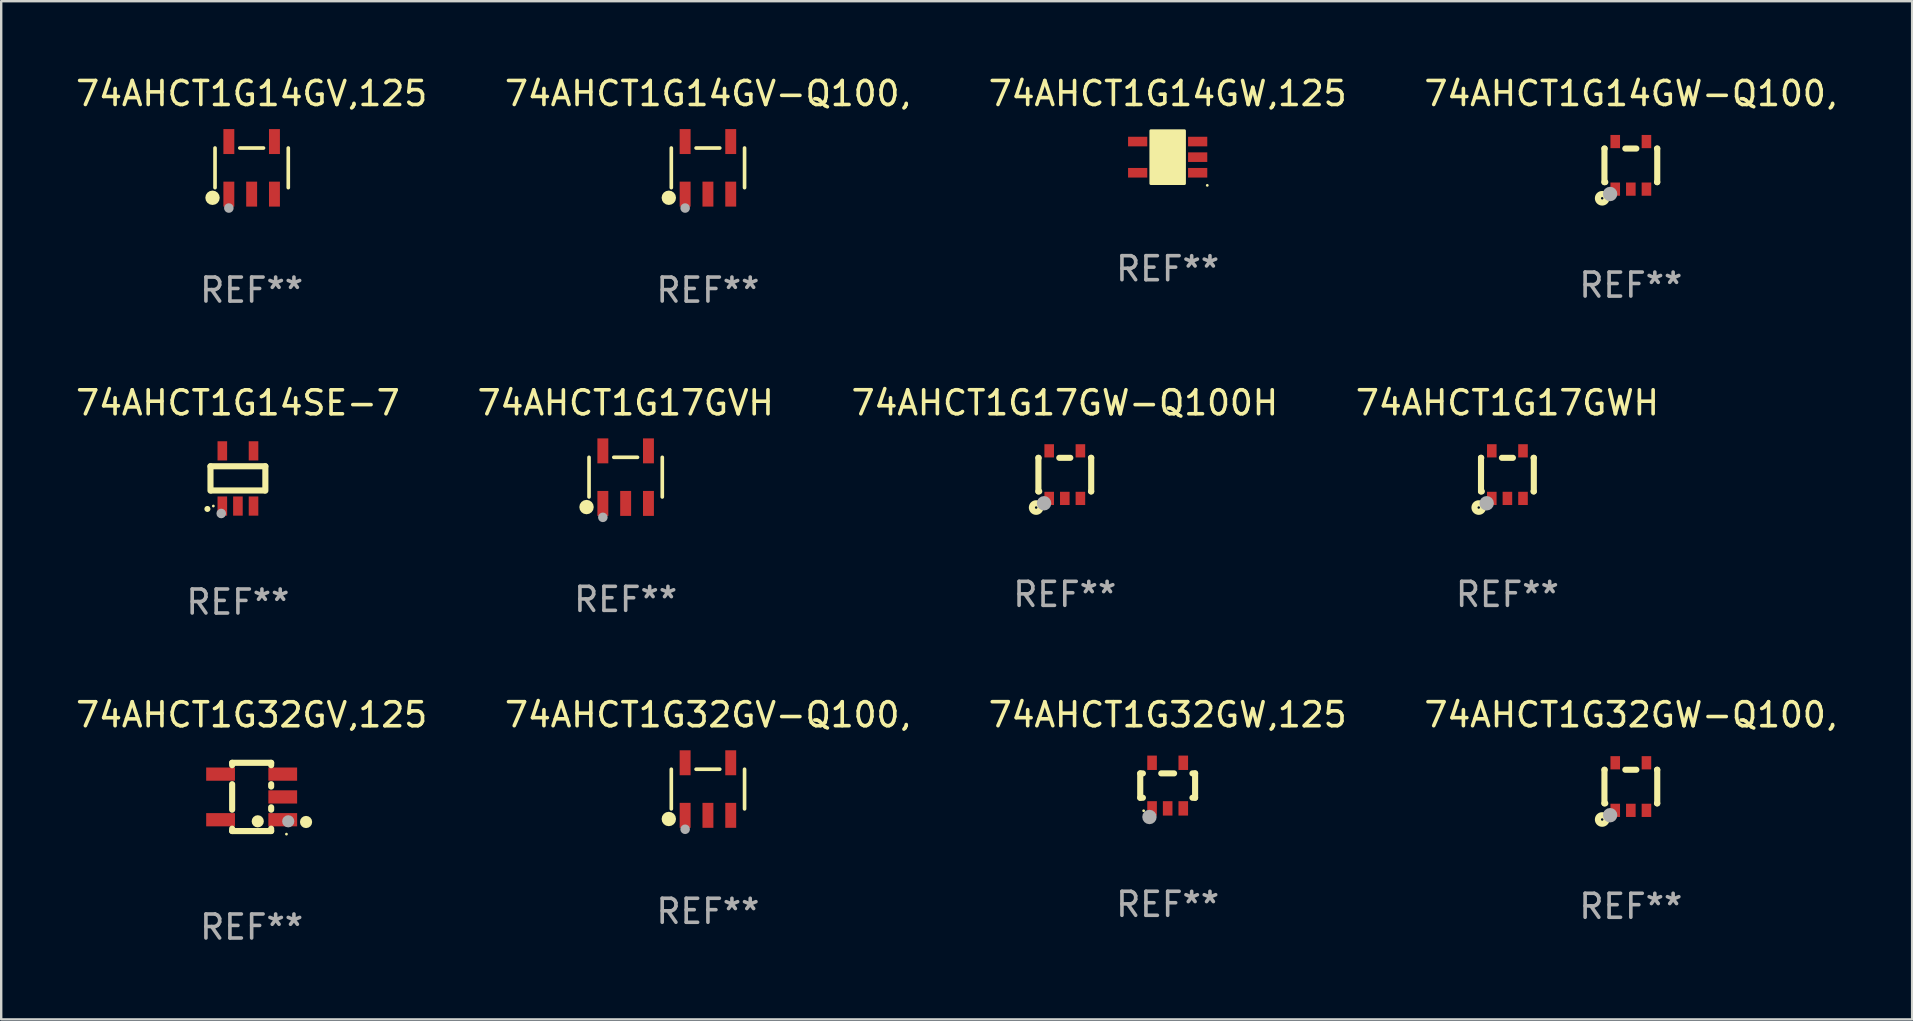
<source format=kicad_pcb>
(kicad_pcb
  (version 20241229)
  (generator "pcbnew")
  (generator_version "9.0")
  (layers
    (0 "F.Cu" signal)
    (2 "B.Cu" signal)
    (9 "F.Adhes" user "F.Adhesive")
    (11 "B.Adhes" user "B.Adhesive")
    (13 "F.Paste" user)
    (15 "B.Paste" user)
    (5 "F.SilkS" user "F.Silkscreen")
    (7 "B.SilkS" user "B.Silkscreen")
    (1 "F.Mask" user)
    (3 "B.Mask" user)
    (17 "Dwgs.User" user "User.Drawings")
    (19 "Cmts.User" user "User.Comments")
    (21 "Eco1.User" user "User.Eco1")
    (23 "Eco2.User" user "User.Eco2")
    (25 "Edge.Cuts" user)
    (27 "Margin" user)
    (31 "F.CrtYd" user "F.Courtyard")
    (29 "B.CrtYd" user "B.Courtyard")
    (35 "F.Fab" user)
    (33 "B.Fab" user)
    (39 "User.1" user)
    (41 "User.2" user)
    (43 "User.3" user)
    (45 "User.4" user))
  (footprint "74AHCT1G32GW,125"
    (layer "F.Cu")
    (at 45.601 29.681)
    (property "Reference" "74AHCT1G32GW,125" (at 0 -2.95 0) (layer "F.SilkS") (effects (font (size 1 1) (thickness 0.15))))
    (attr through_hole)
    (fp_line (start -1.143 -0.508) (end -1.032 -0.508) (stroke (width 0.254) (type solid)) (layer "F.SilkS"))
    (fp_line (start -1.143 0.508) (end -1.143 -0.508) (stroke (width 0.254) (type solid)) (layer "F.SilkS"))
    (fp_line (start -1.032 0.508) (end -1.143 0.508) (stroke (width 0.254) (type solid)) (layer "F.SilkS"))
    (fp_line (start -0.268 -0.508) (end 0.268 -0.508) (stroke (width 0.254) (type solid)) (layer "F.SilkS"))
    (fp_line (start 1.032 -0.508) (end 1.143 -0.508) (stroke (width 0.254) (type solid)) (layer "F.SilkS"))
    (fp_line (start 1.143 -0.508) (end 1.143 0.508) (stroke (width 0.254) (type solid)) (layer "F.SilkS"))
    (fp_line (start 1.143 0.508) (end 1.032 0.508) (stroke (width 0.254) (type solid)) (layer "F.SilkS"))
    (fp_circle (center -1 1.05) (end -0.97 1.05) (stroke (width 0.06) (type solid)) (fill no) (layer "F.SilkS"))
    (fp_circle (center -0.759 1.309) (end -0.609 1.309) (stroke (width 0.3) (type solid)) (fill no) (layer "F.Fab"))
    (fp_text user "REF**" (at 0 4.95 0) (layer "F.Fab") (effects (font (size 1 1) (thickness 0.15))))
    (pad "1" smd rect (at -0.65 0.95 180) (size 0.4 0.6) (layers "F.Cu" "F.Mask" "F.Paste"))
    (pad "2" smd rect (at 0 0.95 180) (size 0.4 0.6) (layers "F.Cu" "F.Mask" "F.Paste"))
    (pad "3" smd rect (at 0.65 0.95 180) (size 0.4 0.6) (layers "F.Cu" "F.Mask" "F.Paste"))
    (pad "4" smd rect (at 0.65 -0.95 180) (size 0.4 0.6) (layers "F.Cu" "F.Mask" "F.Paste"))
    (pad "5" smd rect (at -0.65 -0.95 180) (size 0.4 0.6) (layers "F.Cu" "F.Mask" "F.Paste")))
  (footprint "74AHCT1G32GW-Q100,"
    (layer "F.Cu")
    (at 64.899 29.722)
    (property "Reference" "74AHCT1G32GW-Q100," (at 0 -2.991 0) (layer "F.SilkS") (effects (font (size 1 1) (thickness 0.15))))
    (attr through_hole)
    (fp_line (start -1.1 -0.7) (end -1.1 0.7) (stroke (width 0.254) (type solid)) (layer "F.SilkS"))
    (fp_line (start -1.1 -0.7) (end -1.09 -0.7) (stroke (width 0.254) (type solid)) (layer "F.SilkS"))
    (fp_line (start -1.1 0.7) (end -1.065 0.7) (stroke (width 0.254) (type solid)) (layer "F.SilkS"))
    (fp_line (start -0.23 -0.7) (end 0.23 -0.7) (stroke (width 0.254) (type solid)) (layer "F.SilkS"))
    (fp_line (start 1.09 -0.7) (end 1.1 -0.7) (stroke (width 0.254) (type solid)) (layer "F.SilkS"))
    (fp_line (start 1.09 0.7) (end 1.1 0.7) (stroke (width 0.254) (type solid)) (layer "F.SilkS"))
    (fp_line (start 1.1 -0.7) (end 1.1 0.7) (stroke (width 0.254) (type solid)) (layer "F.SilkS"))
    (fp_circle (center -1.194 1.372) (end -1.143 1.372) (stroke (width 0.254) (type solid)) (fill no) (layer "F.SilkS"))
    (fp_circle (center -1.05 1.063) (end -1.02 1.063) (stroke (width 0.06) (type solid)) (fill no) (layer "F.SilkS"))
    (fp_circle (center -0.864 1.194) (end -0.713 1.194) (stroke (width 0.3) (type solid)) (fill no) (layer "F.Fab"))
    (fp_text user "REF**" (at 0 4.991 0) (layer "F.Fab") (effects (font (size 1 1) (thickness 0.15))))
    (pad "1" smd rect (at -0.65 0.991 180) (size 0.399 0.551) (layers "F.Cu" "F.Mask" "F.Paste"))
    (pad "2" smd rect (at 0 0.991 180) (size 0.399 0.551) (layers "F.Cu" "F.Mask" "F.Paste"))
    (pad "3" smd rect (at 0.65 0.991 180) (size 0.399 0.551) (layers "F.Cu" "F.Mask" "F.Paste"))
    (pad "4" smd rect (at 0.65 -0.991 180) (size 0.399 0.551) (layers "F.Cu" "F.Mask" "F.Paste"))
    (pad "5" smd rect (at -0.65 -0.991 180) (size 0.399 0.551) (layers "F.Cu" "F.Mask" "F.Paste")))
  (footprint "74AHCT1G32GV,125"
    (layer "F.Cu")
    (at 7.435 30.154)
    (property "Reference" "74AHCT1G32GV,125" (at 0 -3.422 0) (layer "F.SilkS") (effects (font (size 1 1) (thickness 0.15))))
    (attr through_hole)
    (fp_line (start -0.813 -1.422) (end 0.813 -1.422) (stroke (width 0.254) (type solid)) (layer "F.SilkS"))
    (fp_line (start -0.813 -1.321) (end -0.813 -1.422) (stroke (width 0.254) (type solid)) (layer "F.SilkS"))
    (fp_line (start -0.813 0.533) (end -0.813 -0.533) (stroke (width 0.254) (type solid)) (layer "F.SilkS"))
    (fp_line (start -0.813 1.422) (end -0.813 1.321) (stroke (width 0.254) (type solid)) (layer "F.SilkS"))
    (fp_line (start 0.813 -1.422) (end 0.813 -1.321) (stroke (width 0.254) (type solid)) (layer "F.SilkS"))
    (fp_line (start 0.813 -0.533) (end 0.813 -0.432) (stroke (width 0.254) (type solid)) (layer "F.SilkS"))
    (fp_line (start 0.813 0.432) (end 0.813 0.533) (stroke (width 0.254) (type solid)) (layer "F.SilkS"))
    (fp_line (start 0.813 1.321) (end 0.813 1.422) (stroke (width 0.254) (type solid)) (layer "F.SilkS"))
    (fp_line (start 0.813 1.422) (end -0.813 1.422) (stroke (width 0.254) (type solid)) (layer "F.SilkS"))
    (fp_circle (center 0.254 1.016) (end 0.381 1.016) (stroke (width 0.254) (type solid)) (fill no) (layer "F.SilkS"))
    (fp_circle (center 1.45 1.55) (end 1.48 1.55) (stroke (width 0.06) (type solid)) (fill no) (layer "F.SilkS"))
    (fp_circle (center 2.267 1.044) (end 2.394 1.044) (stroke (width 0.254) (type solid)) (fill no) (layer "F.SilkS"))
    (fp_circle (center 1.524 1.016) (end 1.651 1.016) (stroke (width 0.254) (type solid)) (fill no) (layer "F.Fab"))
    (fp_text user "REF**" (at 0 5.422 0) (layer "F.Fab") (effects (font (size 1 1) (thickness 0.15))))
    (pad "1" smd rect (at 1.295 0.95 90) (size 0.551 1.199) (layers "F.Cu" "F.Mask" "F.Paste"))
    (pad "2" smd rect (at 1.295 0 90) (size 0.551 1.199) (layers "F.Cu" "F.Mask" "F.Paste"))
    (pad "3" smd rect (at 1.295 -0.95 90) (size 0.551 1.199) (layers "F.Cu" "F.Mask" "F.Paste"))
    (pad "4" smd rect (at -1.295 -0.95 90) (size 0.551 1.199) (layers "F.Cu" "F.Mask" "F.Paste"))
    (pad "5" smd rect (at -1.295 0.95 90) (size 0.551 1.199) (layers "F.Cu" "F.Mask" "F.Paste")))
  (footprint "74AHCT1G32GV-Q100,"
    (layer "F.Cu")
    (at 26.446 29.826)
    (property "Reference" "74AHCT1G32GV-Q100," (at 0 -3.095 0) (layer "F.SilkS") (effects (font (size 1 1) (thickness 0.15))))
    (attr through_hole)
    (fp_line (start -1.526 0.826) (end -1.526 -0.826) (stroke (width 0.152) (type solid)) (layer "F.SilkS"))
    (fp_line (start 0.494 -0.826) (end -0.494 -0.826) (stroke (width 0.152) (type solid)) (layer "F.SilkS"))
    (fp_line (start 1.526 0.826) (end 1.526 -0.826) (stroke (width 0.152) (type solid)) (layer "F.SilkS"))
    (fp_circle (center -1.63 1.247) (end -1.48 1.247) (stroke (width 0.3) (type solid)) (fill no) (layer "F.SilkS"))
    (fp_circle (center -1.45 1.375) (end -1.42 1.375) (stroke (width 0.06) (type solid)) (fill no) (layer "F.SilkS"))
    (fp_circle (center -0.95 1.675) (end -0.85 1.675) (stroke (width 0.2) (type solid)) (fill no) (layer "F.Fab"))
    (fp_text user "REF**" (at 0 5.095 0) (layer "F.Fab") (effects (font (size 1 1) (thickness 0.15))))
    (pad "1" smd rect (at -0.95 1.095) (size 0.455 1.04) (layers "F.Cu" "F.Mask" "F.Paste"))
    (pad "2" smd rect (at 0 1.095) (size 0.455 1.04) (layers "F.Cu" "F.Mask" "F.Paste"))
    (pad "3" smd rect (at 0.95 1.095) (size 0.455 1.04) (layers "F.Cu" "F.Mask" "F.Paste"))
    (pad "4" smd rect (at 0.95 -1.095) (size 0.455 1.04) (layers "F.Cu" "F.Mask" "F.Paste"))
    (pad "5" smd rect (at -0.95 -1.095) (size 0.455 1.04) (layers "F.Cu" "F.Mask" "F.Paste")))
  (footprint "74AHCT1G14GV-Q100,"
    (layer "F.Cu")
    (at 26.446 3.943)
    (property "Reference" "74AHCT1G14GV-Q100," (at 0 -3.095 0) (layer "F.SilkS") (effects (font (size 1 1) (thickness 0.15))))
    (attr through_hole)
    (fp_line (start -1.526 0.826) (end -1.526 -0.826) (stroke (width 0.152) (type solid)) (layer "F.SilkS"))
    (fp_line (start 0.494 -0.826) (end -0.494 -0.826) (stroke (width 0.152) (type solid)) (layer "F.SilkS"))
    (fp_line (start 1.526 0.826) (end 1.526 -0.826) (stroke (width 0.152) (type solid)) (layer "F.SilkS"))
    (fp_circle (center -1.63 1.247) (end -1.48 1.247) (stroke (width 0.3) (type solid)) (fill no) (layer "F.SilkS"))
    (fp_circle (center -1.45 1.375) (end -1.42 1.375) (stroke (width 0.06) (type solid)) (fill no) (layer "F.SilkS"))
    (fp_circle (center -0.95 1.675) (end -0.85 1.675) (stroke (width 0.2) (type solid)) (fill no) (layer "F.Fab"))
    (fp_text user "REF**" (at 0 5.095 0) (layer "F.Fab") (effects (font (size 1 1) (thickness 0.15))))
    (pad "1" smd rect (at -0.95 1.095) (size 0.455 1.04) (layers "F.Cu" "F.Mask" "F.Paste"))
    (pad "2" smd rect (at 0 1.095) (size 0.455 1.04) (layers "F.Cu" "F.Mask" "F.Paste"))
    (pad "3" smd rect (at 0.95 1.095) (size 0.455 1.04) (layers "F.Cu" "F.Mask" "F.Paste"))
    (pad "4" smd rect (at 0.95 -1.095) (size 0.455 1.04) (layers "F.Cu" "F.Mask" "F.Paste"))
    (pad "5" smd rect (at -0.95 -1.095) (size 0.455 1.04) (layers "F.Cu" "F.Mask" "F.Paste")))
  (footprint "74AHCT1G14SE-7"
    (layer "F.Cu")
    (at 6.863 16.885)
    (property "Reference" "74AHCT1G14SE-7" (at 0 -3.15 0) (layer "F.SilkS") (effects (font (size 1 1) (thickness 0.15))))
    (attr through_hole)
    (fp_line (start -1.143 -0.508) (end -1.143 0.508) (stroke (width 0.254) (type solid)) (layer "F.SilkS"))
    (fp_line (start -1.1 0.5) (end 1.1 0.5) (stroke (width 0.254) (type solid)) (layer "F.SilkS"))
    (fp_line (start 1.143 -0.508) (end -1.143 -0.508) (stroke (width 0.254) (type solid)) (layer "F.SilkS"))
    (fp_line (start 1.143 0.508) (end 1.143 -0.508) (stroke (width 0.254) (type solid)) (layer "F.SilkS"))
    (fp_arc (start -1.272543 1.26999) (mid -1.271273 1.269983) (end -1.270003 1.26999) (stroke (width 0.24892) (type solid)) (layer "F.SilkS"))
    (fp_circle (center -1.024 1.149) (end -0.994 1.149) (stroke (width 0.06) (type solid)) (fill no) (layer "F.SilkS"))
    (fp_circle (center -0.695 1.459) (end -0.595 1.459) (stroke (width 0.2) (type solid)) (fill no) (layer "F.Fab"))
    (fp_text user "REF**" (at 0 5.15 0) (layer "F.Fab") (effects (font (size 1 1) (thickness 0.15))))
    (pad "1" smd rect (at -0.65 1.15) (size 0.4 0.8) (layers "F.Cu" "F.Mask" "F.Paste"))
    (pad "2" smd rect (at 0 1.15) (size 0.4 0.8) (layers "F.Cu" "F.Mask" "F.Paste"))
    (pad "3" smd rect (at 0.65 1.15) (size 0.4 0.8) (layers "F.Cu" "F.Mask" "F.Paste"))
    (pad "4" smd rect (at 0.65 -1.15) (size 0.4 0.8) (layers "F.Cu" "F.Mask" "F.Paste"))
    (pad "5" smd rect (at -0.65 -1.15) (size 0.4 0.8) (layers "F.Cu" "F.Mask" "F.Paste")))
  (footprint "74AHCT1G14GW-Q100,"
    (layer "F.Cu")
    (at 64.899 3.839)
    (property "Reference" "74AHCT1G14GW-Q100," (at 0 -2.991 0) (layer "F.SilkS") (effects (font (size 1 1) (thickness 0.15))))
    (attr through_hole)
    (fp_line (start -1.1 -0.7) (end -1.1 0.7) (stroke (width 0.254) (type solid)) (layer "F.SilkS"))
    (fp_line (start -1.1 -0.7) (end -1.09 -0.7) (stroke (width 0.254) (type solid)) (layer "F.SilkS"))
    (fp_line (start -1.1 0.7) (end -1.065 0.7) (stroke (width 0.254) (type solid)) (layer "F.SilkS"))
    (fp_line (start -0.23 -0.7) (end 0.23 -0.7) (stroke (width 0.254) (type solid)) (layer "F.SilkS"))
    (fp_line (start 1.09 -0.7) (end 1.1 -0.7) (stroke (width 0.254) (type solid)) (layer "F.SilkS"))
    (fp_line (start 1.09 0.7) (end 1.1 0.7) (stroke (width 0.254) (type solid)) (layer "F.SilkS"))
    (fp_line (start 1.1 -0.7) (end 1.1 0.7) (stroke (width 0.254) (type solid)) (layer "F.SilkS"))
    (fp_circle (center -1.194 1.372) (end -1.143 1.372) (stroke (width 0.254) (type solid)) (fill no) (layer "F.SilkS"))
    (fp_circle (center -1.05 1.063) (end -1.02 1.063) (stroke (width 0.06) (type solid)) (fill no) (layer "F.SilkS"))
    (fp_circle (center -0.864 1.194) (end -0.713 1.194) (stroke (width 0.3) (type solid)) (fill no) (layer "F.Fab"))
    (fp_text user "REF**" (at 0 4.991 0) (layer "F.Fab") (effects (font (size 1 1) (thickness 0.15))))
    (pad "1" smd rect (at -0.65 0.991 180) (size 0.399 0.551) (layers "F.Cu" "F.Mask" "F.Paste"))
    (pad "2" smd rect (at 0 0.991 180) (size 0.399 0.551) (layers "F.Cu" "F.Mask" "F.Paste"))
    (pad "3" smd rect (at 0.65 0.991 180) (size 0.399 0.551) (layers "F.Cu" "F.Mask" "F.Paste"))
    (pad "4" smd rect (at 0.65 -0.991 180) (size 0.399 0.551) (layers "F.Cu" "F.Mask" "F.Paste"))
    (pad "5" smd rect (at -0.65 -0.991 180) (size 0.399 0.551) (layers "F.Cu" "F.Mask" "F.Paste")))
  (footprint "74AHCT1G17GWH"
    (layer "F.Cu")
    (at 59.756 16.725)
    (property "Reference" "74AHCT1G17GWH" (at 0 -2.991 0) (layer "F.SilkS") (effects (font (size 1 1) (thickness 0.15))))
    (attr through_hole)
    (fp_line (start -1.1 -0.7) (end -1.1 0.7) (stroke (width 0.254) (type solid)) (layer "F.SilkS"))
    (fp_line (start -1.1 -0.7) (end -1.09 -0.7) (stroke (width 0.254) (type solid)) (layer "F.SilkS"))
    (fp_line (start -1.1 0.7) (end -1.065 0.7) (stroke (width 0.254) (type solid)) (layer "F.SilkS"))
    (fp_line (start -0.23 -0.7) (end 0.23 -0.7) (stroke (width 0.254) (type solid)) (layer "F.SilkS"))
    (fp_line (start 1.09 -0.7) (end 1.1 -0.7) (stroke (width 0.254) (type solid)) (layer "F.SilkS"))
    (fp_line (start 1.09 0.7) (end 1.1 0.7) (stroke (width 0.254) (type solid)) (layer "F.SilkS"))
    (fp_line (start 1.1 -0.7) (end 1.1 0.7) (stroke (width 0.254) (type solid)) (layer "F.SilkS"))
    (fp_circle (center -1.194 1.372) (end -1.143 1.372) (stroke (width 0.254) (type solid)) (fill no) (layer "F.SilkS"))
    (fp_circle (center -1.05 1.063) (end -1.02 1.063) (stroke (width 0.06) (type solid)) (fill no) (layer "F.SilkS"))
    (fp_circle (center -0.864 1.194) (end -0.713 1.194) (stroke (width 0.3) (type solid)) (fill no) (layer "F.Fab"))
    (fp_text user "REF**" (at 0 4.991 0) (layer "F.Fab") (effects (font (size 1 1) (thickness 0.15))))
    (pad "1" smd rect (at -0.65 0.991 180) (size 0.399 0.551) (layers "F.Cu" "F.Mask" "F.Paste"))
    (pad "2" smd rect (at 0 0.991 180) (size 0.399 0.551) (layers "F.Cu" "F.Mask" "F.Paste"))
    (pad "3" smd rect (at 0.65 0.991 180) (size 0.399 0.551) (layers "F.Cu" "F.Mask" "F.Paste"))
    (pad "4" smd rect (at 0.65 -0.991 180) (size 0.399 0.551) (layers "F.Cu" "F.Mask" "F.Paste"))
    (pad "5" smd rect (at -0.65 -0.991 180) (size 0.399 0.551) (layers "F.Cu" "F.Mask" "F.Paste")))
  (footprint "74AHCT1G17GW-Q100H"
    (layer "F.Cu")
    (at 41.315 16.725)
    (property "Reference" "74AHCT1G17GW-Q100H" (at 0 -2.991 0) (layer "F.SilkS") (effects (font (size 1 1) (thickness 0.15))))
    (attr through_hole)
    (fp_line (start -1.1 -0.7) (end -1.1 0.7) (stroke (width 0.254) (type solid)) (layer "F.SilkS"))
    (fp_line (start -1.1 -0.7) (end -1.09 -0.7) (stroke (width 0.254) (type solid)) (layer "F.SilkS"))
    (fp_line (start -1.1 0.7) (end -1.065 0.7) (stroke (width 0.254) (type solid)) (layer "F.SilkS"))
    (fp_line (start -0.23 -0.7) (end 0.23 -0.7) (stroke (width 0.254) (type solid)) (layer "F.SilkS"))
    (fp_line (start 1.09 -0.7) (end 1.1 -0.7) (stroke (width 0.254) (type solid)) (layer "F.SilkS"))
    (fp_line (start 1.09 0.7) (end 1.1 0.7) (stroke (width 0.254) (type solid)) (layer "F.SilkS"))
    (fp_line (start 1.1 -0.7) (end 1.1 0.7) (stroke (width 0.254) (type solid)) (layer "F.SilkS"))
    (fp_circle (center -1.194 1.372) (end -1.143 1.372) (stroke (width 0.254) (type solid)) (fill no) (layer "F.SilkS"))
    (fp_circle (center -1.05 1.063) (end -1.02 1.063) (stroke (width 0.06) (type solid)) (fill no) (layer "F.SilkS"))
    (fp_circle (center -0.864 1.194) (end -0.713 1.194) (stroke (width 0.3) (type solid)) (fill no) (layer "F.Fab"))
    (fp_text user "REF**" (at 0 4.991 0) (layer "F.Fab") (effects (font (size 1 1) (thickness 0.15))))
    (pad "1" smd rect (at -0.65 0.991 180) (size 0.399 0.551) (layers "F.Cu" "F.Mask" "F.Paste"))
    (pad "2" smd rect (at 0 0.991 180) (size 0.399 0.551) (layers "F.Cu" "F.Mask" "F.Paste"))
    (pad "3" smd rect (at 0.65 0.991 180) (size 0.399 0.551) (layers "F.Cu" "F.Mask" "F.Paste"))
    (pad "4" smd rect (at 0.65 -0.991 180) (size 0.399 0.551) (layers "F.Cu" "F.Mask" "F.Paste"))
    (pad "5" smd rect (at -0.65 -0.991 180) (size 0.399 0.551) (layers "F.Cu" "F.Mask" "F.Paste")))
  (footprint "74AHCT1G17GVH"
    (layer "F.Cu")
    (at 23.018 16.83)
    (property "Reference" "74AHCT1G17GVH" (at 0 -3.095 0) (layer "F.SilkS") (effects (font (size 1 1) (thickness 0.15))))
    (attr through_hole)
    (fp_line (start -1.526 0.826) (end -1.526 -0.826) (stroke (width 0.152) (type solid)) (layer "F.SilkS"))
    (fp_line (start 0.494 -0.826) (end -0.494 -0.826) (stroke (width 0.152) (type solid)) (layer "F.SilkS"))
    (fp_line (start 1.526 0.826) (end 1.526 -0.826) (stroke (width 0.152) (type solid)) (layer "F.SilkS"))
    (fp_circle (center -1.63 1.247) (end -1.48 1.247) (stroke (width 0.3) (type solid)) (fill no) (layer "F.SilkS"))
    (fp_circle (center -1.45 1.375) (end -1.42 1.375) (stroke (width 0.06) (type solid)) (fill no) (layer "F.SilkS"))
    (fp_circle (center -0.95 1.675) (end -0.85 1.675) (stroke (width 0.2) (type solid)) (fill no) (layer "F.Fab"))
    (fp_text user "REF**" (at 0 5.095 0) (layer "F.Fab") (effects (font (size 1 1) (thickness 0.15))))
    (pad "1" smd rect (at -0.95 1.095) (size 0.455 1.04) (layers "F.Cu" "F.Mask" "F.Paste"))
    (pad "2" smd rect (at 0 1.095) (size 0.455 1.04) (layers "F.Cu" "F.Mask" "F.Paste"))
    (pad "3" smd rect (at 0.95 1.095) (size 0.455 1.04) (layers "F.Cu" "F.Mask" "F.Paste"))
    (pad "4" smd rect (at 0.95 -1.095) (size 0.455 1.04) (layers "F.Cu" "F.Mask" "F.Paste"))
    (pad "5" smd rect (at -0.95 -1.095) (size 0.455 1.04) (layers "F.Cu" "F.Mask" "F.Paste")))
  (footprint "74AHCT1G14GV,125"
    (layer "F.Cu")
    (at 7.435 3.943)
    (property "Reference" "74AHCT1G14GV,125" (at 0 -3.095 0) (layer "F.SilkS") (effects (font (size 1 1) (thickness 0.15))))
    (attr through_hole)
    (fp_line (start -1.526 0.826) (end -1.526 -0.826) (stroke (width 0.152) (type solid)) (layer "F.SilkS"))
    (fp_line (start 0.494 -0.826) (end -0.494 -0.826) (stroke (width 0.152) (type solid)) (layer "F.SilkS"))
    (fp_line (start 1.526 0.826) (end 1.526 -0.826) (stroke (width 0.152) (type solid)) (layer "F.SilkS"))
    (fp_circle (center -1.63 1.247) (end -1.48 1.247) (stroke (width 0.3) (type solid)) (fill no) (layer "F.SilkS"))
    (fp_circle (center -1.45 1.375) (end -1.42 1.375) (stroke (width 0.06) (type solid)) (fill no) (layer "F.SilkS"))
    (fp_circle (center -0.95 1.675) (end -0.85 1.675) (stroke (width 0.2) (type solid)) (fill no) (layer "F.Fab"))
    (fp_text user "REF**" (at 0 5.095 0) (layer "F.Fab") (effects (font (size 1 1) (thickness 0.15))))
    (pad "1" smd rect (at -0.95 1.095) (size 0.455 1.04) (layers "F.Cu" "F.Mask" "F.Paste"))
    (pad "2" smd rect (at 0 1.095) (size 0.455 1.04) (layers "F.Cu" "F.Mask" "F.Paste"))
    (pad "3" smd rect (at 0.95 1.095) (size 0.455 1.04) (layers "F.Cu" "F.Mask" "F.Paste"))
    (pad "4" smd rect (at 0.95 -1.095) (size 0.455 1.04) (layers "F.Cu" "F.Mask" "F.Paste"))
    (pad "5" smd rect (at -0.95 -1.095) (size 0.455 1.04) (layers "F.Cu" "F.Mask" "F.Paste")))
  (footprint "74AHCT1G14GW,125"
    (layer "F.Cu")
    (at 45.601 3.498)
    (property "Reference" "74AHCT1G14GW,125" (at 0 -2.65 0) (layer "F.SilkS") (effects (font (size 1 1) (thickness 0.15))))
    (attr through_hole)
    (fp_arc (start 0.381001 0.637541) (mid 0.380995 0.636271) (end 0.381001 0.635001) (stroke (width 0.24892) (type solid)) (layer "F.SilkS"))
    (fp_circle (center 1.65 1.175) (end 1.68 1.175) (stroke (width 0.06) (type solid)) (fill no) (layer "F.SilkS"))
    (fp_poly (pts (xy -0.7 -1.1) (xy 0.7 -1.1) (xy 0.7 1.1) (xy -0.7 1.1)) (stroke (width 0.12) (type solid)) (fill yes) (layer "F.SilkS"))
    (fp_text user "REF**" (at 0 4.65 0) (layer "F.Fab") (effects (font (size 1 1) (thickness 0.15))))
    (pad "1" smd rect (at 1.25 0.65 270) (size 0.4 0.8) (layers "F.Cu" "F.Mask" "F.Paste"))
    (pad "2" smd rect (at 1.25 0 270) (size 0.4 0.8) (layers "F.Cu" "F.Mask" "F.Paste"))
    (pad "3" smd rect (at 1.25 -0.65 270) (size 0.4 0.8) (layers "F.Cu" "F.Mask" "F.Paste"))
    (pad "4" smd rect (at -1.25 -0.65 270) (size 0.4 0.8) (layers "F.Cu" "F.Mask" "F.Paste"))
    (pad "5" smd rect (at -1.25 0.65 270) (size 0.4 0.8) (layers "F.Cu" "F.Mask" "F.Paste")))
  (gr_rect
    (start -3 -3)
    (end 76.619 39.424)
    (stroke (width 0.1) (type default))
    (fill no)
    (layer "Edge.Cuts")))
</source>
